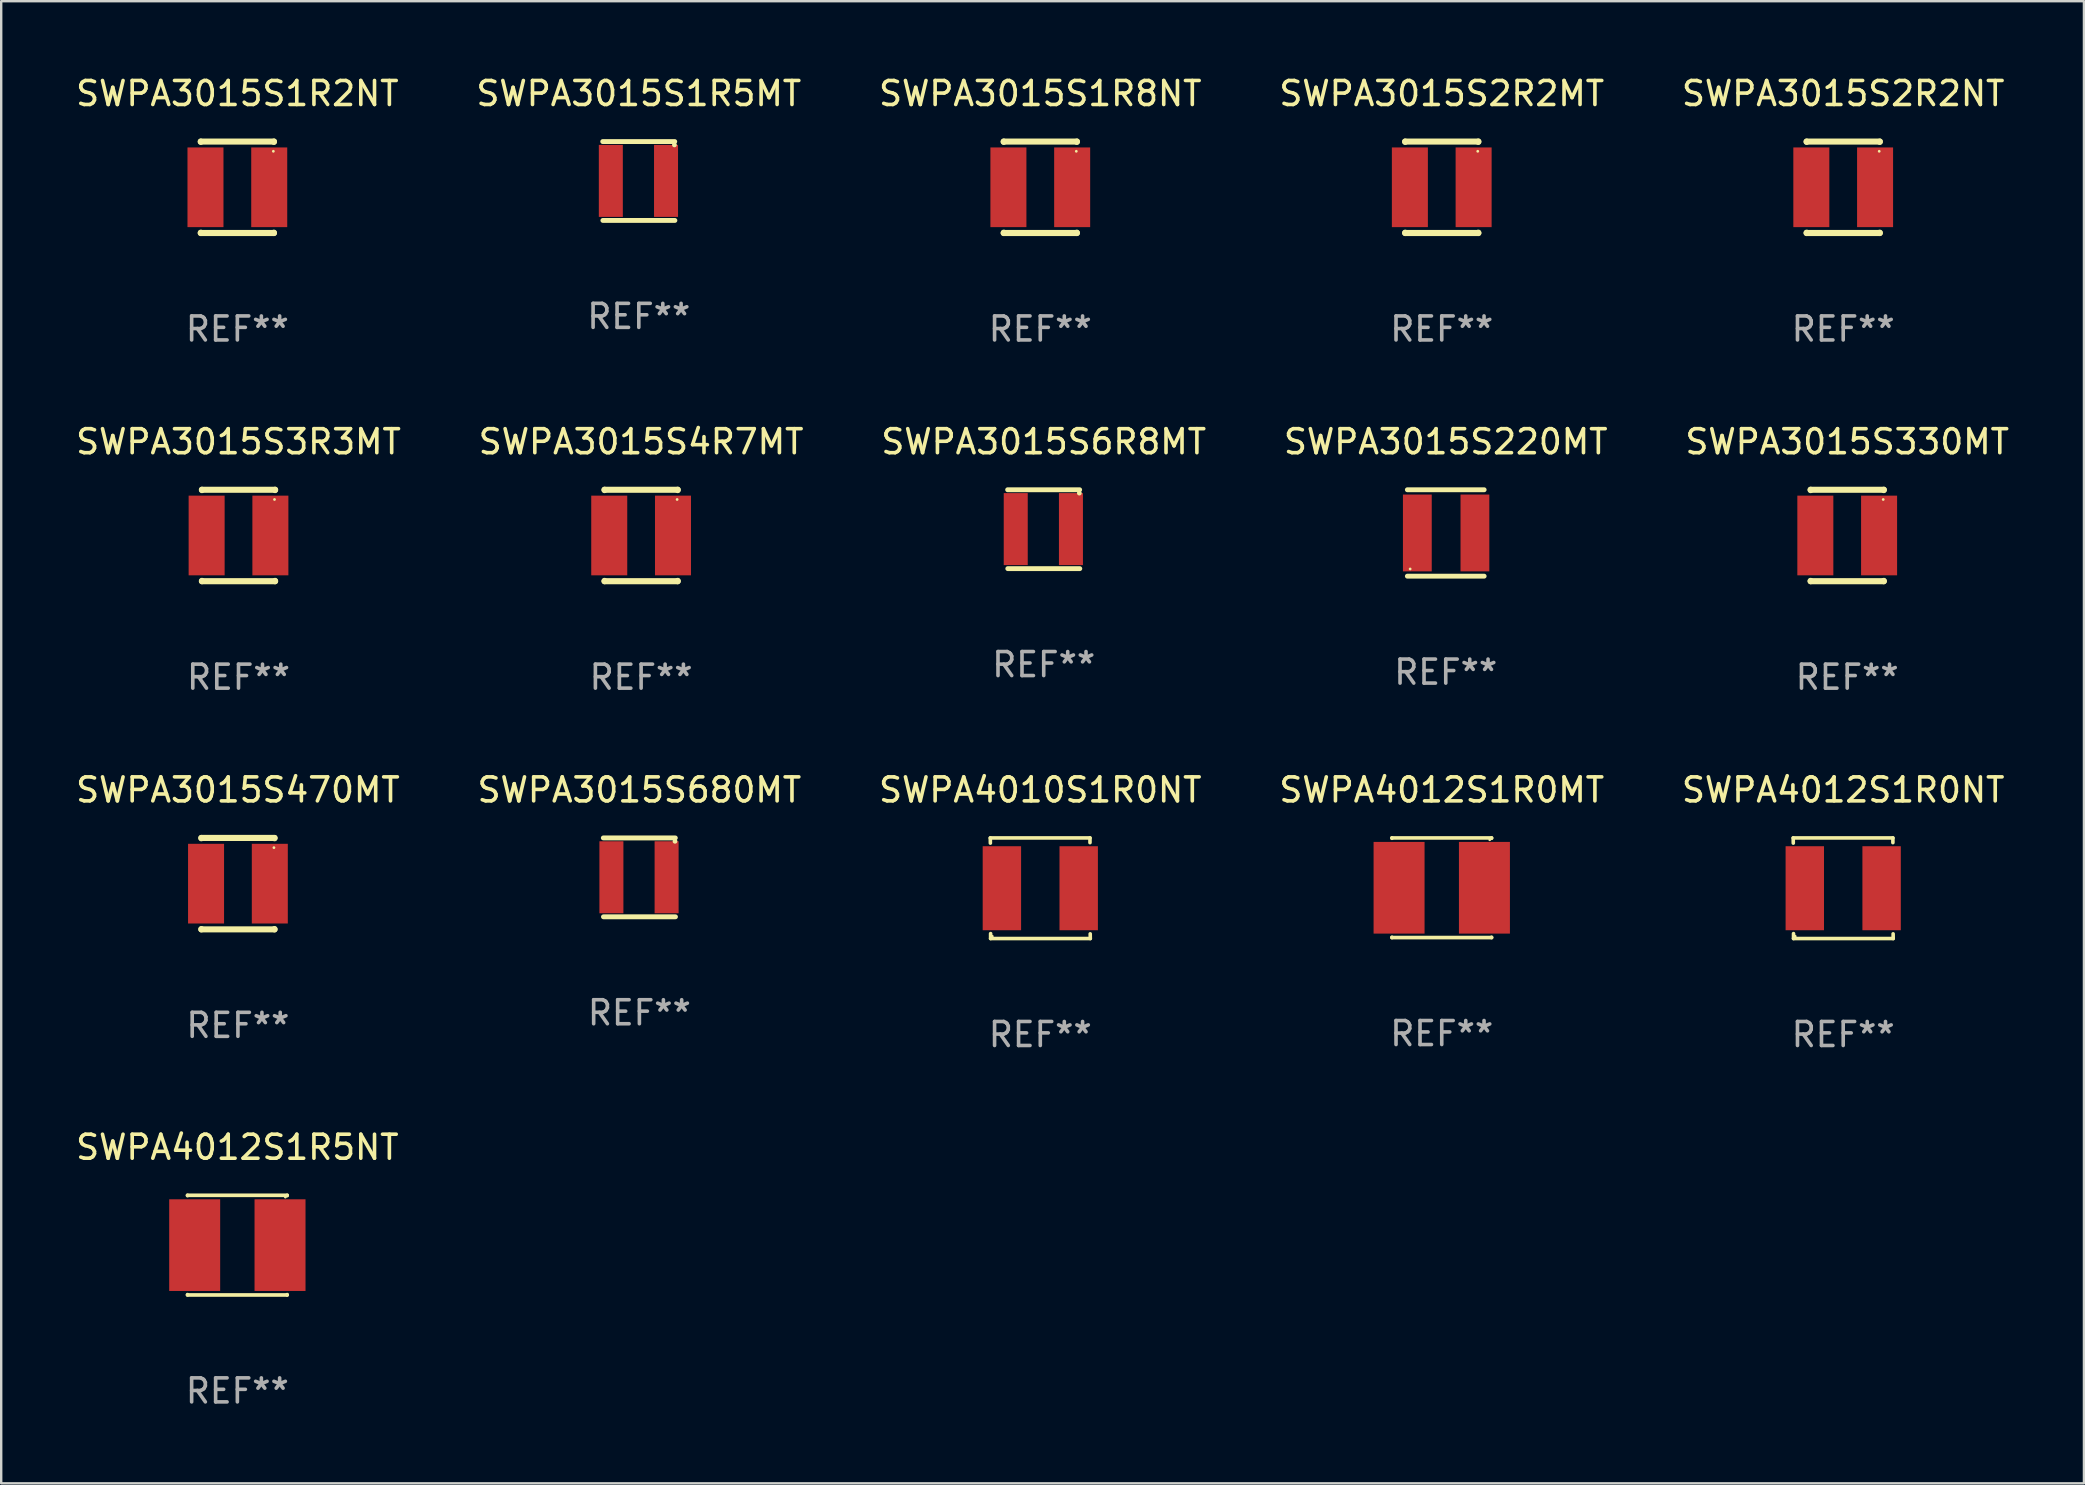
<source format=kicad_pcb>
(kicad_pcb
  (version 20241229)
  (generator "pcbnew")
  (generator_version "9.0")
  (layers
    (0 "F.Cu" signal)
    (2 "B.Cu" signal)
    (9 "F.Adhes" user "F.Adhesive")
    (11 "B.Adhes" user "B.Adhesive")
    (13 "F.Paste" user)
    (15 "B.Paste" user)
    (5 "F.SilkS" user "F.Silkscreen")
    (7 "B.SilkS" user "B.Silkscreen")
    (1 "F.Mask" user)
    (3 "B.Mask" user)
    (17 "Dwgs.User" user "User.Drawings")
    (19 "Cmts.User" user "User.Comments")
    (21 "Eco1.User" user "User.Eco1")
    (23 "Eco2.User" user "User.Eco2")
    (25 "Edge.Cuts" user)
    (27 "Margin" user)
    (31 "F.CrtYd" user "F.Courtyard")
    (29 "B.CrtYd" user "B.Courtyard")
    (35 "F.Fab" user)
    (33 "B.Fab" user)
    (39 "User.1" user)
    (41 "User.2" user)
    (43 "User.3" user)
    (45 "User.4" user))
  (footprint "SWPA3015S2R2MT"
    (layer "F.Cu")
    (at 57.018 4.753)
    (property "Reference" "SWPA3015S2R2MT" (at 0 -3.905 0) (layer "F.SilkS") (effects (font (size 1 1) (thickness 0.15))))
    (attr through_hole)
    (fp_line (start -1.524 -1.905) (end 1.524 -1.905) (stroke (width 0.254) (type solid)) (layer "F.SilkS"))
    (fp_line (start -1.524 -1.891) (end -1.524 -1.905) (stroke (width 0.254) (type solid)) (layer "F.SilkS"))
    (fp_line (start -1.524 1.905) (end -1.524 1.891) (stroke (width 0.254) (type solid)) (layer "F.SilkS"))
    (fp_line (start -1.524 1.905) (end 1.524 1.905) (stroke (width 0.254) (type solid)) (layer "F.SilkS"))
    (fp_line (start 1.524 -1.905) (end 1.524 -1.891) (stroke (width 0.254) (type solid)) (layer "F.SilkS"))
    (fp_line (start 1.524 1.891) (end 1.524 1.905) (stroke (width 0.254) (type solid)) (layer "F.SilkS"))
    (fp_circle (center 1.5 -1.5) (end 1.53 -1.5) (stroke (width 0.06) (type solid)) (fill no) (layer "F.SilkS"))
    (fp_text user "REF**" (at 0 5.905 0) (layer "F.Fab") (effects (font (size 1 1) (thickness 0.15))))
    (pad "1" smd rect (at 1.328 0) (size 1.5 3.32) (layers "F.Cu" "F.Mask" "F.Paste"))
    (pad "2" smd rect (at -1.328 0) (size 1.5 3.32) (layers "F.Cu" "F.Mask" "F.Paste")))
  (footprint "SWPA4012S1R5NT"
    (layer "F.Cu")
    (at 6.839 48.826)
    (property "Reference" "SWPA4012S1R5NT" (at 0 -4.076 0) (layer "F.SilkS") (effects (font (size 1 1) (thickness 0.15))))
    (attr through_hole)
    (fp_line (start -2.076 -2.076) (end 2.076 -2.076) (stroke (width 0.152) (type solid)) (layer "F.SilkS"))
    (fp_line (start -2.076 -2.062) (end -2.076 -2.076) (stroke (width 0.152) (type solid)) (layer "F.SilkS"))
    (fp_line (start -2.076 2.062) (end -2.076 2.076) (stroke (width 0.152) (type solid)) (layer "F.SilkS"))
    (fp_line (start -2.076 2.076) (end 2.076 2.076) (stroke (width 0.152) (type solid)) (layer "F.SilkS"))
    (fp_line (start 2.076 -2.076) (end 2.076 -2.062) (stroke (width 0.152) (type solid)) (layer "F.SilkS"))
    (fp_line (start 2.076 2.076) (end 2.076 2.062) (stroke (width 0.152) (type solid)) (layer "F.SilkS"))
    (fp_circle (center 2 -2) (end 2.03 -2) (stroke (width 0.06) (type solid)) (fill no) (layer "F.SilkS"))
    (fp_text user "REF**" (at 0 6.076 0) (layer "F.Fab") (effects (font (size 1 1) (thickness 0.15))))
    (pad "1" smd rect (at 1.778 0) (size 2.124 3.82) (layers "F.Cu" "F.Mask" "F.Paste"))
    (pad "2" smd rect (at -1.778 0) (size 2.124 3.82) (layers "F.Cu" "F.Mask" "F.Paste")))
  (footprint "SWPA3015S470MT"
    (layer "F.Cu")
    (at 6.863 33.766)
    (property "Reference" "SWPA3015S470MT" (at 0 -3.905 0) (layer "F.SilkS") (effects (font (size 1 1) (thickness 0.15))))
    (attr through_hole)
    (fp_line (start -1.524 -1.905) (end 1.524 -1.905) (stroke (width 0.254) (type solid)) (layer "F.SilkS"))
    (fp_line (start -1.524 -1.891) (end -1.524 -1.905) (stroke (width 0.254) (type solid)) (layer "F.SilkS"))
    (fp_line (start -1.524 1.905) (end -1.524 1.891) (stroke (width 0.254) (type solid)) (layer "F.SilkS"))
    (fp_line (start -1.524 1.905) (end 1.524 1.905) (stroke (width 0.254) (type solid)) (layer "F.SilkS"))
    (fp_line (start 1.524 -1.905) (end 1.524 -1.891) (stroke (width 0.254) (type solid)) (layer "F.SilkS"))
    (fp_line (start 1.524 1.891) (end 1.524 1.905) (stroke (width 0.254) (type solid)) (layer "F.SilkS"))
    (fp_circle (center 1.5 -1.5) (end 1.53 -1.5) (stroke (width 0.06) (type solid)) (fill no) (layer "F.SilkS"))
    (fp_text user "REF**" (at 0 5.905 0) (layer "F.Fab") (effects (font (size 1 1) (thickness 0.15))))
    (pad "1" smd rect (at 1.328 0) (size 1.5 3.32) (layers "F.Cu" "F.Mask" "F.Paste"))
    (pad "2" smd rect (at -1.328 0) (size 1.5 3.32) (layers "F.Cu" "F.Mask" "F.Paste")))
  (footprint "SWPA3015S330MT"
    (layer "F.Cu")
    (at 73.911 19.26)
    (property "Reference" "SWPA3015S330MT" (at 0 -3.905 0) (layer "F.SilkS") (effects (font (size 1 1) (thickness 0.15))))
    (attr through_hole)
    (fp_line (start -1.524 -1.905) (end 1.524 -1.905) (stroke (width 0.254) (type solid)) (layer "F.SilkS"))
    (fp_line (start -1.524 -1.891) (end -1.524 -1.905) (stroke (width 0.254) (type solid)) (layer "F.SilkS"))
    (fp_line (start -1.524 1.905) (end -1.524 1.891) (stroke (width 0.254) (type solid)) (layer "F.SilkS"))
    (fp_line (start -1.524 1.905) (end 1.524 1.905) (stroke (width 0.254) (type solid)) (layer "F.SilkS"))
    (fp_line (start 1.524 -1.905) (end 1.524 -1.891) (stroke (width 0.254) (type solid)) (layer "F.SilkS"))
    (fp_line (start 1.524 1.891) (end 1.524 1.905) (stroke (width 0.254) (type solid)) (layer "F.SilkS"))
    (fp_circle (center 1.5 -1.5) (end 1.53 -1.5) (stroke (width 0.06) (type solid)) (fill no) (layer "F.SilkS"))
    (fp_text user "REF**" (at 0 5.905 0) (layer "F.Fab") (effects (font (size 1 1) (thickness 0.15))))
    (pad "1" smd rect (at 1.328 0) (size 1.5 3.32) (layers "F.Cu" "F.Mask" "F.Paste"))
    (pad "2" smd rect (at -1.328 0) (size 1.5 3.32) (layers "F.Cu" "F.Mask" "F.Paste")))
  (footprint "SWPA3015S6R8MT"
    (layer "F.Cu")
    (at 40.435 18.998)
    (property "Reference" "SWPA3015S6R8MT" (at 0 -3.643 0) (layer "F.SilkS") (effects (font (size 1 1) (thickness 0.15))))
    (attr through_hole)
    (fp_line (start -1.503 -1.643) (end 1.497 -1.643) (stroke (width 0.203) (type solid)) (layer "F.SilkS"))
    (fp_line (start -1.497 1.643) (end 1.503 1.643) (stroke (width 0.203) (type solid)) (layer "F.SilkS"))
    (fp_circle (center 1.484 -1.504) (end 1.534 -1.504) (stroke (width 0.1) (type solid)) (fill no) (layer "F.SilkS"))
    (fp_text user "REF**" (at 0 5.643 0) (layer "F.Fab") (effects (font (size 1 1) (thickness 0.15))))
    (pad "1" smd rect (at 1.134 -0.004 180) (size 1 3) (layers "F.Cu" "F.Mask" "F.Paste"))
    (pad "2" smd rect (at -1.166 -0.004 180) (size 1 3) (layers "F.Cu" "F.Mask" "F.Paste")))
  (footprint "SWPA4010S1R0NT"
    (layer "F.Cu")
    (at 40.292 33.957)
    (property "Reference" "SWPA4010S1R0NT" (at 0 -4.096 0) (layer "F.SilkS") (effects (font (size 1 1) (thickness 0.15))))
    (attr through_hole)
    (fp_line (start -2.083 -2.096) (end -2.08 -1.88) (stroke (width 0.15) (type solid)) (layer "F.SilkS"))
    (fp_line (start -2.07 1.89) (end -2.07 2.096) (stroke (width 0.15) (type solid)) (layer "F.SilkS"))
    (fp_line (start -2.07 2.096) (end 2.083 2.096) (stroke (width 0.15) (type solid)) (layer "F.SilkS"))
    (fp_line (start 2.07 -1.9) (end 2.07 -2.096) (stroke (width 0.15) (type solid)) (layer "F.SilkS"))
    (fp_line (start 2.07 -2.096) (end -2.083 -2.096) (stroke (width 0.15) (type solid)) (layer "F.SilkS"))
    (fp_line (start 2.083 2.096) (end 2.08 1.9) (stroke (width 0.15) (type solid)) (layer "F.SilkS"))
    (fp_circle (center -2 2) (end -1.97 2) (stroke (width 0.06) (type solid)) (fill no) (layer "F.SilkS"))
    (fp_text user "REF**" (at 0 6.096 0) (layer "F.Fab") (effects (font (size 1 1) (thickness 0.15))))
    (pad "1" smd rect (at -1.6 -0.000343) (size 1.6 3.5) (layers "F.Cu" "F.Mask" "F.Paste"))
    (pad "2" smd rect (at 1.6 -0.000343) (size 1.6 3.5) (layers "F.Cu" "F.Mask" "F.Paste")))
  (footprint "SWPA3015S1R8NT"
    (layer "F.Cu")
    (at 40.292 4.753)
    (property "Reference" "SWPA3015S1R8NT" (at 0 -3.905 0) (layer "F.SilkS") (effects (font (size 1 1) (thickness 0.15))))
    (attr through_hole)
    (fp_line (start -1.524 -1.905) (end 1.524 -1.905) (stroke (width 0.254) (type solid)) (layer "F.SilkS"))
    (fp_line (start -1.524 -1.891) (end -1.524 -1.905) (stroke (width 0.254) (type solid)) (layer "F.SilkS"))
    (fp_line (start -1.524 1.905) (end -1.524 1.891) (stroke (width 0.254) (type solid)) (layer "F.SilkS"))
    (fp_line (start -1.524 1.905) (end 1.524 1.905) (stroke (width 0.254) (type solid)) (layer "F.SilkS"))
    (fp_line (start 1.524 -1.905) (end 1.524 -1.891) (stroke (width 0.254) (type solid)) (layer "F.SilkS"))
    (fp_line (start 1.524 1.891) (end 1.524 1.905) (stroke (width 0.254) (type solid)) (layer "F.SilkS"))
    (fp_circle (center 1.5 -1.5) (end 1.53 -1.5) (stroke (width 0.06) (type solid)) (fill no) (layer "F.SilkS"))
    (fp_text user "REF**" (at 0 5.905 0) (layer "F.Fab") (effects (font (size 1 1) (thickness 0.15))))
    (pad "1" smd rect (at 1.328 0) (size 1.5 3.32) (layers "F.Cu" "F.Mask" "F.Paste"))
    (pad "2" smd rect (at -1.328 0) (size 1.5 3.32) (layers "F.Cu" "F.Mask" "F.Paste")))
  (footprint "SWPA3015S2R2NT"
    (layer "F.Cu")
    (at 73.744 4.753)
    (property "Reference" "SWPA3015S2R2NT" (at 0 -3.905 0) (layer "F.SilkS") (effects (font (size 1 1) (thickness 0.15))))
    (attr through_hole)
    (fp_line (start -1.524 -1.905) (end 1.524 -1.905) (stroke (width 0.254) (type solid)) (layer "F.SilkS"))
    (fp_line (start -1.524 -1.891) (end -1.524 -1.905) (stroke (width 0.254) (type solid)) (layer "F.SilkS"))
    (fp_line (start -1.524 1.905) (end -1.524 1.891) (stroke (width 0.254) (type solid)) (layer "F.SilkS"))
    (fp_line (start -1.524 1.905) (end 1.524 1.905) (stroke (width 0.254) (type solid)) (layer "F.SilkS"))
    (fp_line (start 1.524 -1.905) (end 1.524 -1.891) (stroke (width 0.254) (type solid)) (layer "F.SilkS"))
    (fp_line (start 1.524 1.891) (end 1.524 1.905) (stroke (width 0.254) (type solid)) (layer "F.SilkS"))
    (fp_circle (center 1.5 -1.5) (end 1.53 -1.5) (stroke (width 0.06) (type solid)) (fill no) (layer "F.SilkS"))
    (fp_text user "REF**" (at 0 5.905 0) (layer "F.Fab") (effects (font (size 1 1) (thickness 0.15))))
    (pad "1" smd rect (at 1.328 0) (size 1.5 3.32) (layers "F.Cu" "F.Mask" "F.Paste"))
    (pad "2" smd rect (at -1.328 0) (size 1.5 3.32) (layers "F.Cu" "F.Mask" "F.Paste")))
  (footprint "SWPA4012S1R0NT"
    (layer "F.Cu")
    (at 73.744 33.957)
    (property "Reference" "SWPA4012S1R0NT" (at 0 -4.096 0) (layer "F.SilkS") (effects (font (size 1 1) (thickness 0.15))))
    (attr through_hole)
    (fp_line (start -2.083 -2.096) (end -2.08 -1.88) (stroke (width 0.15) (type solid)) (layer "F.SilkS"))
    (fp_line (start -2.07 1.89) (end -2.07 2.096) (stroke (width 0.15) (type solid)) (layer "F.SilkS"))
    (fp_line (start -2.07 2.096) (end 2.083 2.096) (stroke (width 0.15) (type solid)) (layer "F.SilkS"))
    (fp_line (start 2.07 -1.9) (end 2.07 -2.096) (stroke (width 0.15) (type solid)) (layer "F.SilkS"))
    (fp_line (start 2.07 -2.096) (end -2.083 -2.096) (stroke (width 0.15) (type solid)) (layer "F.SilkS"))
    (fp_line (start 2.083 2.096) (end 2.08 1.9) (stroke (width 0.15) (type solid)) (layer "F.SilkS"))
    (fp_circle (center -2 2) (end -1.97 2) (stroke (width 0.06) (type solid)) (fill no) (layer "F.SilkS"))
    (fp_text user "REF**" (at 0 6.096 0) (layer "F.Fab") (effects (font (size 1 1) (thickness 0.15))))
    (pad "1" smd rect (at -1.6 -0.000343) (size 1.6 3.5) (layers "F.Cu" "F.Mask" "F.Paste"))
    (pad "2" smd rect (at 1.6 -0.000343) (size 1.6 3.5) (layers "F.Cu" "F.Mask" "F.Paste")))
  (footprint "SWPA3015S220MT"
    (layer "F.Cu")
    (at 57.185 19.155)
    (property "Reference" "SWPA3015S220MT" (at 0 -3.8 0) (layer "F.SilkS") (effects (font (size 1 1) (thickness 0.15))))
    (attr through_hole)
    (fp_line (start -1.6 -1.8) (end 1.6 -1.8) (stroke (width 0.203) (type solid)) (layer "F.SilkS"))
    (fp_line (start -1.6 1.8) (end 1.6 1.8) (stroke (width 0.203) (type solid)) (layer "F.SilkS"))
    (fp_circle (center -1.484 1.5) (end -1.454 1.5) (stroke (width 0.06) (type solid)) (fill no) (layer "F.SilkS"))
    (fp_text user "REF**" (at 0 5.8 0) (layer "F.Fab") (effects (font (size 1 1) (thickness 0.15))))
    (pad "1" smd rect (at -1.184 0 180) (size 1.2 3.2) (layers "F.Cu" "F.Mask" "F.Paste"))
    (pad "2" smd rect (at 1.215 0 180) (size 1.2 3.2) (layers "F.Cu" "F.Mask" "F.Paste")))
  (footprint "SWPA3015S680MT"
    (layer "F.Cu")
    (at 23.589 33.504)
    (property "Reference" "SWPA3015S680MT" (at 0 -3.643 0) (layer "F.SilkS") (effects (font (size 1 1) (thickness 0.15))))
    (attr through_hole)
    (fp_line (start -1.503 -1.643) (end 1.497 -1.643) (stroke (width 0.203) (type solid)) (layer "F.SilkS"))
    (fp_line (start -1.497 1.643) (end 1.503 1.643) (stroke (width 0.203) (type solid)) (layer "F.SilkS"))
    (fp_circle (center 1.484 -1.504) (end 1.534 -1.504) (stroke (width 0.1) (type solid)) (fill no) (layer "F.SilkS"))
    (fp_text user "REF**" (at 0 5.643 0) (layer "F.Fab") (effects (font (size 1 1) (thickness 0.15))))
    (pad "1" smd rect (at 1.134 -0.004 180) (size 1 3) (layers "F.Cu" "F.Mask" "F.Paste"))
    (pad "2" smd rect (at -1.166 -0.004 180) (size 1 3) (layers "F.Cu" "F.Mask" "F.Paste")))
  (footprint "SWPA4012S1R0MT"
    (layer "F.Cu")
    (at 57.018 33.937)
    (property "Reference" "SWPA4012S1R0MT" (at 0 -4.076 0) (layer "F.SilkS") (effects (font (size 1 1) (thickness 0.15))))
    (attr through_hole)
    (fp_line (start -2.076 -2.076) (end 2.076 -2.076) (stroke (width 0.152) (type solid)) (layer "F.SilkS"))
    (fp_line (start -2.076 -2.062) (end -2.076 -2.076) (stroke (width 0.152) (type solid)) (layer "F.SilkS"))
    (fp_line (start -2.076 2.062) (end -2.076 2.076) (stroke (width 0.152) (type solid)) (layer "F.SilkS"))
    (fp_line (start -2.076 2.076) (end 2.076 2.076) (stroke (width 0.152) (type solid)) (layer "F.SilkS"))
    (fp_line (start 2.076 -2.076) (end 2.076 -2.062) (stroke (width 0.152) (type solid)) (layer "F.SilkS"))
    (fp_line (start 2.076 2.076) (end 2.076 2.062) (stroke (width 0.152) (type solid)) (layer "F.SilkS"))
    (fp_circle (center 2 -2) (end 2.03 -2) (stroke (width 0.06) (type solid)) (fill no) (layer "F.SilkS"))
    (fp_text user "REF**" (at 0 6.076 0) (layer "F.Fab") (effects (font (size 1 1) (thickness 0.15))))
    (pad "1" smd rect (at 1.778 0) (size 2.124 3.82) (layers "F.Cu" "F.Mask" "F.Paste"))
    (pad "2" smd rect (at -1.778 0) (size 2.124 3.82) (layers "F.Cu" "F.Mask" "F.Paste")))
  (footprint "SWPA3015S1R5MT"
    (layer "F.Cu")
    (at 23.565 4.491)
    (property "Reference" "SWPA3015S1R5MT" (at 0 -3.643 0) (layer "F.SilkS") (effects (font (size 1 1) (thickness 0.15))))
    (attr through_hole)
    (fp_line (start -1.503 -1.643) (end 1.497 -1.643) (stroke (width 0.203) (type solid)) (layer "F.SilkS"))
    (fp_line (start -1.497 1.643) (end 1.503 1.643) (stroke (width 0.203) (type solid)) (layer "F.SilkS"))
    (fp_circle (center 1.484 -1.504) (end 1.534 -1.504) (stroke (width 0.1) (type solid)) (fill no) (layer "F.SilkS"))
    (fp_text user "REF**" (at 0 5.643 0) (layer "F.Fab") (effects (font (size 1 1) (thickness 0.15))))
    (pad "1" smd rect (at 1.134 -0.004 180) (size 1 3) (layers "F.Cu" "F.Mask" "F.Paste"))
    (pad "2" smd rect (at -1.166 -0.004 180) (size 1 3) (layers "F.Cu" "F.Mask" "F.Paste")))
  (footprint "SWPA3015S4R7MT"
    (layer "F.Cu")
    (at 23.661 19.26)
    (property "Reference" "SWPA3015S4R7MT" (at 0 -3.905 0) (layer "F.SilkS") (effects (font (size 1 1) (thickness 0.15))))
    (attr through_hole)
    (fp_line (start -1.524 -1.905) (end 1.524 -1.905) (stroke (width 0.254) (type solid)) (layer "F.SilkS"))
    (fp_line (start -1.524 -1.891) (end -1.524 -1.905) (stroke (width 0.254) (type solid)) (layer "F.SilkS"))
    (fp_line (start -1.524 1.905) (end -1.524 1.891) (stroke (width 0.254) (type solid)) (layer "F.SilkS"))
    (fp_line (start -1.524 1.905) (end 1.524 1.905) (stroke (width 0.254) (type solid)) (layer "F.SilkS"))
    (fp_line (start 1.524 -1.905) (end 1.524 -1.891) (stroke (width 0.254) (type solid)) (layer "F.SilkS"))
    (fp_line (start 1.524 1.891) (end 1.524 1.905) (stroke (width 0.254) (type solid)) (layer "F.SilkS"))
    (fp_circle (center 1.5 -1.5) (end 1.53 -1.5) (stroke (width 0.06) (type solid)) (fill no) (layer "F.SilkS"))
    (fp_text user "REF**" (at 0 5.905 0) (layer "F.Fab") (effects (font (size 1 1) (thickness 0.15))))
    (pad "1" smd rect (at 1.328 0) (size 1.5 3.32) (layers "F.Cu" "F.Mask" "F.Paste"))
    (pad "2" smd rect (at -1.328 0) (size 1.5 3.32) (layers "F.Cu" "F.Mask" "F.Paste")))
  (footprint "SWPA3015S3R3MT"
    (layer "F.Cu")
    (at 6.887 19.26)
    (property "Reference" "SWPA3015S3R3MT" (at 0 -3.905 0) (layer "F.SilkS") (effects (font (size 1 1) (thickness 0.15))))
    (attr through_hole)
    (fp_line (start -1.524 -1.905) (end 1.524 -1.905) (stroke (width 0.254) (type solid)) (layer "F.SilkS"))
    (fp_line (start -1.524 -1.891) (end -1.524 -1.905) (stroke (width 0.254) (type solid)) (layer "F.SilkS"))
    (fp_line (start -1.524 1.905) (end -1.524 1.891) (stroke (width 0.254) (type solid)) (layer "F.SilkS"))
    (fp_line (start -1.524 1.905) (end 1.524 1.905) (stroke (width 0.254) (type solid)) (layer "F.SilkS"))
    (fp_line (start 1.524 -1.905) (end 1.524 -1.891) (stroke (width 0.254) (type solid)) (layer "F.SilkS"))
    (fp_line (start 1.524 1.891) (end 1.524 1.905) (stroke (width 0.254) (type solid)) (layer "F.SilkS"))
    (fp_circle (center 1.5 -1.5) (end 1.53 -1.5) (stroke (width 0.06) (type solid)) (fill no) (layer "F.SilkS"))
    (fp_text user "REF**" (at 0 5.905 0) (layer "F.Fab") (effects (font (size 1 1) (thickness 0.15))))
    (pad "1" smd rect (at 1.328 0) (size 1.5 3.32) (layers "F.Cu" "F.Mask" "F.Paste"))
    (pad "2" smd rect (at -1.328 0) (size 1.5 3.32) (layers "F.Cu" "F.Mask" "F.Paste")))
  (footprint "SWPA3015S1R2NT"
    (layer "F.Cu")
    (at 6.839 4.753)
    (property "Reference" "SWPA3015S1R2NT" (at 0 -3.905 0) (layer "F.SilkS") (effects (font (size 1 1) (thickness 0.15))))
    (attr through_hole)
    (fp_line (start -1.524 -1.905) (end 1.524 -1.905) (stroke (width 0.254) (type solid)) (layer "F.SilkS"))
    (fp_line (start -1.524 -1.891) (end -1.524 -1.905) (stroke (width 0.254) (type solid)) (layer "F.SilkS"))
    (fp_line (start -1.524 1.905) (end -1.524 1.891) (stroke (width 0.254) (type solid)) (layer "F.SilkS"))
    (fp_line (start -1.524 1.905) (end 1.524 1.905) (stroke (width 0.254) (type solid)) (layer "F.SilkS"))
    (fp_line (start 1.524 -1.905) (end 1.524 -1.891) (stroke (width 0.254) (type solid)) (layer "F.SilkS"))
    (fp_line (start 1.524 1.891) (end 1.524 1.905) (stroke (width 0.254) (type solid)) (layer "F.SilkS"))
    (fp_circle (center 1.5 -1.5) (end 1.53 -1.5) (stroke (width 0.06) (type solid)) (fill no) (layer "F.SilkS"))
    (fp_text user "REF**" (at 0 5.905 0) (layer "F.Fab") (effects (font (size 1 1) (thickness 0.15))))
    (pad "1" smd rect (at 1.328 0) (size 1.5 3.32) (layers "F.Cu" "F.Mask" "F.Paste"))
    (pad "2" smd rect (at -1.328 0) (size 1.5 3.32) (layers "F.Cu" "F.Mask" "F.Paste")))
  (gr_rect
    (start -3 -3)
    (end 83.774 58.75)
    (stroke (width 0.1) (type default))
    (fill no)
    (layer "Edge.Cuts")))
</source>
